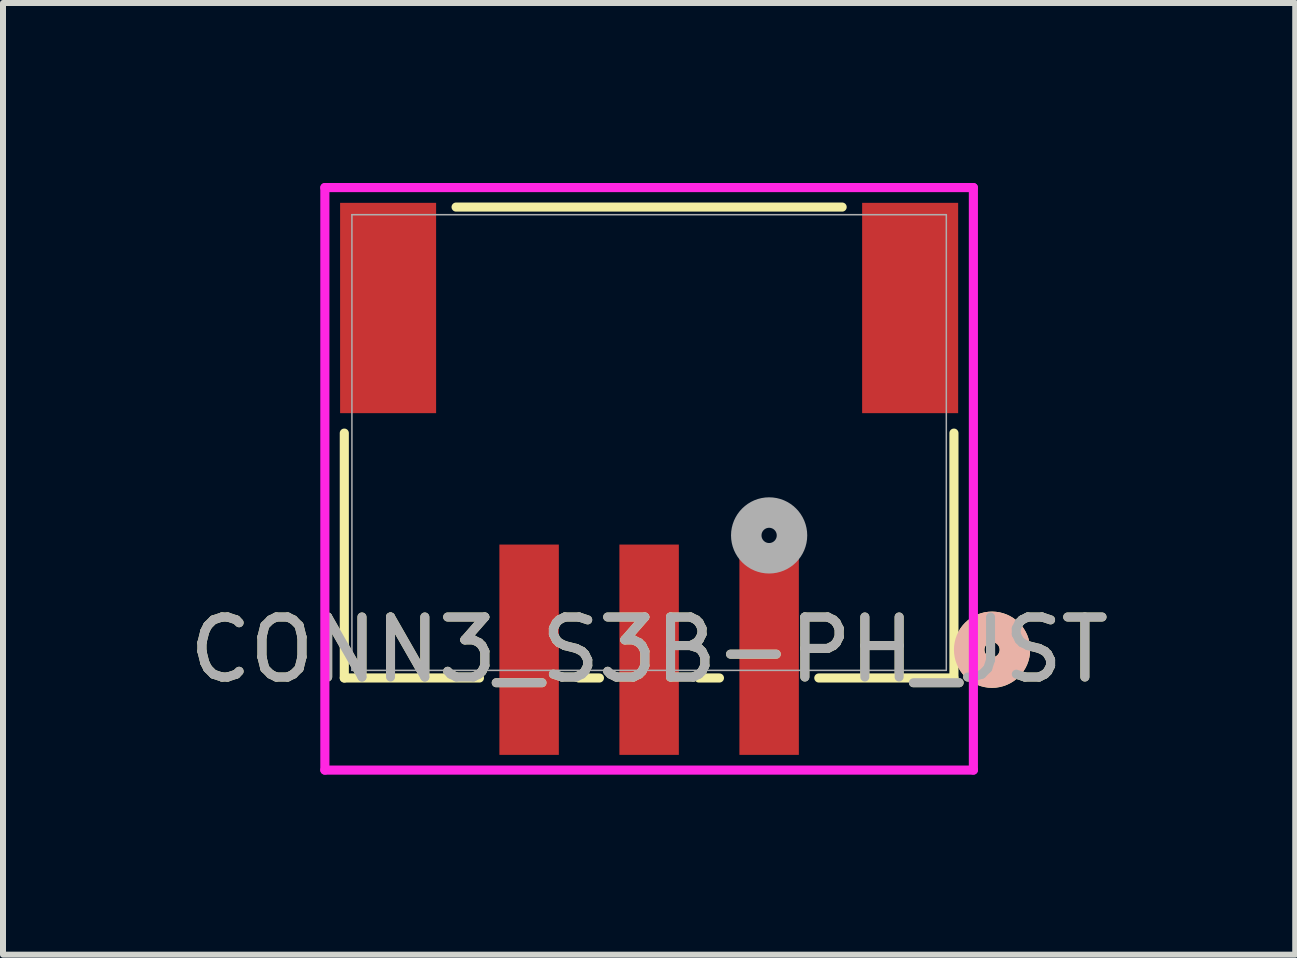
<source format=kicad_pcb>
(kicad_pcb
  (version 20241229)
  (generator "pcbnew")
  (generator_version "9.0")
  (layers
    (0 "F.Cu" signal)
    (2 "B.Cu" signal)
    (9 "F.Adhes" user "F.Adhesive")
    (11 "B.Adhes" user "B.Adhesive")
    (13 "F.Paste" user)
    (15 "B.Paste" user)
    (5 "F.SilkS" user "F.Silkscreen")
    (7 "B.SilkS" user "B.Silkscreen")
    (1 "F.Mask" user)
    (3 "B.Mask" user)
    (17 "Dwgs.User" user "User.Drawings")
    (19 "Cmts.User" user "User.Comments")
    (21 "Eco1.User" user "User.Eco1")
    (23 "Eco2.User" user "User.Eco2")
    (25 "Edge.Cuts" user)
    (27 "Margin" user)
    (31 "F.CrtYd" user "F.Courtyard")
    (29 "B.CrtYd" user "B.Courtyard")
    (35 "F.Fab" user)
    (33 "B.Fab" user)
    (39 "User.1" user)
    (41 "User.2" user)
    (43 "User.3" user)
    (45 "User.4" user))
  (footprint "CONN3_S3B-PH_JST"
    (layer "F.Cu")
    (at 7.768 4.325)
    (property "Reference" "CONN3_S3B-PH_JST" (at 0.000001 3.453 0) (unlocked yes) (layer "F.SilkS") (effects (font (size 1 1) (thickness 0.15))))
    (attr smd)
    (fp_line (start -5.08 -0.157) (end -5.08 3.924) (stroke (width 0.152) (type solid)) (layer "F.SilkS"))
    (fp_line (start -5.08 3.924) (end -2.828 3.924) (stroke (width 0.152) (type solid)) (layer "F.SilkS"))
    (fp_line (start -1.172 3.924) (end -0.828 3.924) (stroke (width 0.152) (type solid)) (layer "F.SilkS"))
    (fp_line (start 0.828 3.924) (end 1.172 3.924) (stroke (width 0.152) (type solid)) (layer "F.SilkS"))
    (fp_line (start 2.828 3.924) (end 5.08 3.924) (stroke (width 0.152) (type solid)) (layer "F.SilkS"))
    (fp_line (start 3.217 -3.924) (end -3.217 -3.924) (stroke (width 0.152) (type solid)) (layer "F.SilkS"))
    (fp_line (start 5.08 3.924) (end 5.08 -0.157) (stroke (width 0.152) (type solid)) (layer "F.SilkS"))
    (fp_circle (center 5.715 3.453) (end 6.096 3.453) (stroke (width 0.508) (type solid)) (fill no) (layer "F.SilkS"))
    (fp_circle (center 5.715 3.453) (end 6.096 3.453) (stroke (width 0.508) (type solid)) (fill no) (layer "B.SilkS"))
    (fp_line (start -5.404 -4.249) (end -5.404 5.459) (stroke (width 0.152) (type solid)) (layer "F.CrtYd"))
    (fp_line (start -5.404 5.459) (end 5.404 5.459) (stroke (width 0.152) (type solid)) (layer "F.CrtYd"))
    (fp_line (start 5.404 -4.249) (end -5.404 -4.249) (stroke (width 0.152) (type solid)) (layer "F.CrtYd"))
    (fp_line (start 5.404 5.459) (end 5.404 -4.249) (stroke (width 0.152) (type solid)) (layer "F.CrtYd"))
    (fp_line (start -4.953 -3.797) (end -4.953 3.797) (stroke (width 0.025) (type solid)) (layer "F.Fab"))
    (fp_line (start -4.953 3.797) (end 4.953 3.797) (stroke (width 0.025) (type solid)) (layer "F.Fab"))
    (fp_line (start 4.953 -3.797) (end -4.953 -3.797) (stroke (width 0.025) (type solid)) (layer "F.Fab"))
    (fp_line (start 4.953 3.797) (end 4.953 -3.797) (stroke (width 0.025) (type solid)) (layer "F.Fab"))
    (fp_circle (center 2 1.548) (end 2.381 1.548) (stroke (width 0.508) (type solid)) (fill no) (layer "F.Fab"))
    (fp_text user "${REFERENCE}" (at 0.000001 3.453 0) (unlocked yes) (layer "F.Fab") (effects (font (size 1 1) (thickness 0.15))))
    (pad "1" smd rect (at 2 3.453) (size 0.991 3.505) (layers "F.Cu" "F.Mask" "F.Paste"))
    (pad "2" smd rect (at 0 3.453) (size 0.991 3.505) (layers "F.Cu" "F.Mask" "F.Paste"))
    (pad "3" smd rect (at -2 3.453) (size 0.991 3.505) (layers "F.Cu" "F.Mask" "F.Paste"))
    (pad "4" smd rect (at -4.35 -2.242) (size 1.6 3.505) (layers "F.Cu" "F.Mask" "F.Paste"))
    (pad "5" smd rect (at 4.35 -2.242) (size 1.6 3.505) (layers "F.Cu" "F.Mask" "F.Paste")))
  (gr_rect
    (start -3 -3)
    (end 18.536 12.86)
    (stroke (width 0.1) (type default))
    (fill no)
    (layer "Edge.Cuts")))
</source>
